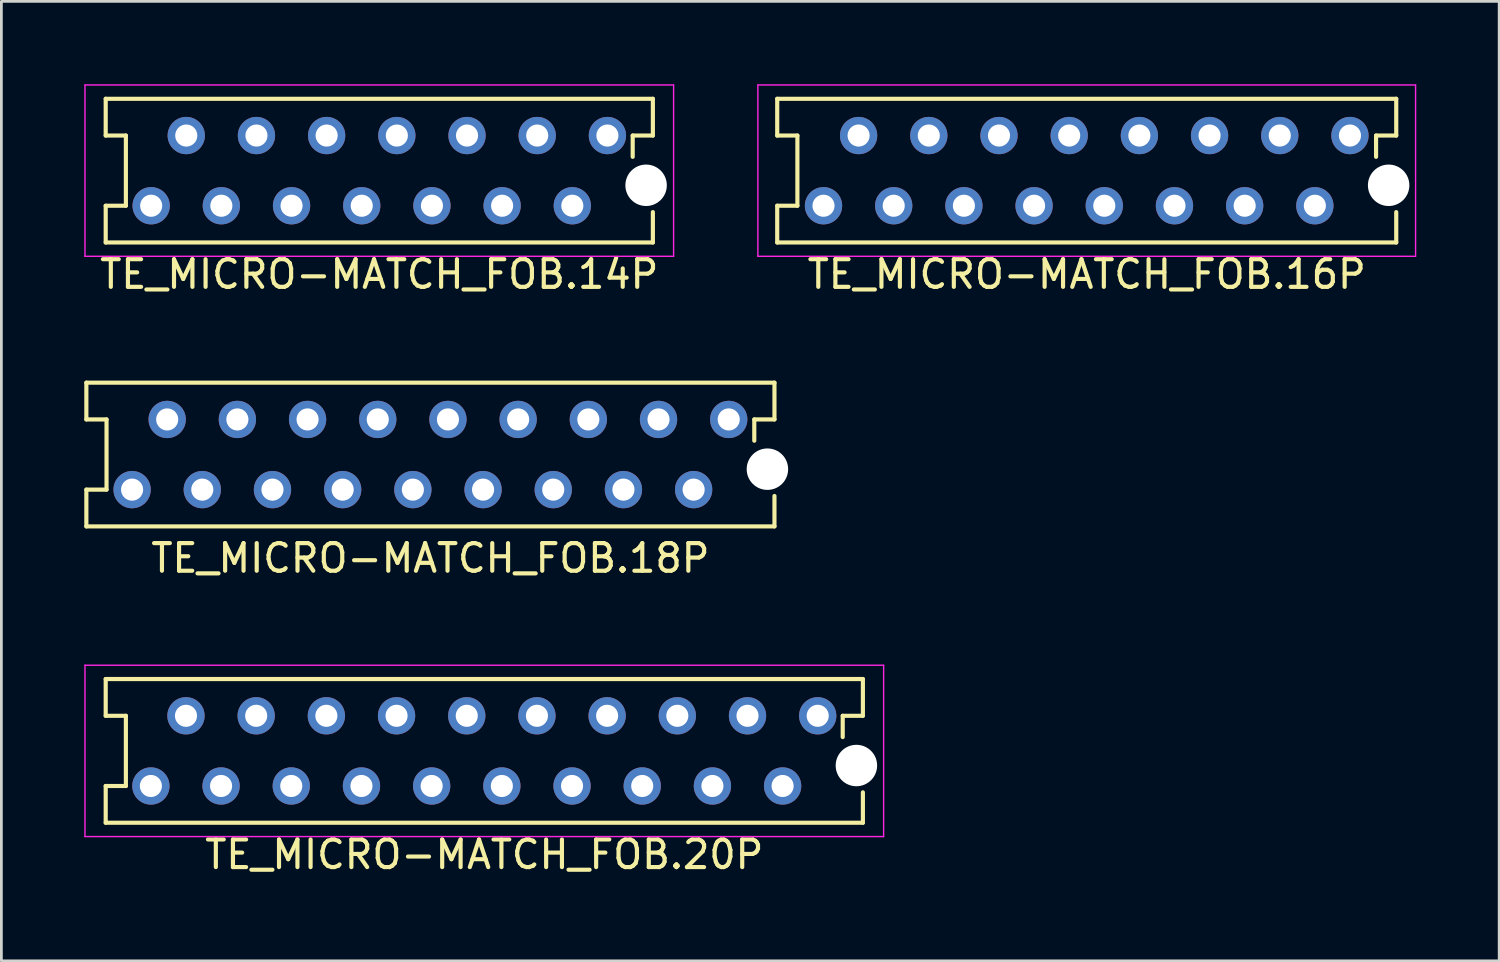
<source format=kicad_pcb>
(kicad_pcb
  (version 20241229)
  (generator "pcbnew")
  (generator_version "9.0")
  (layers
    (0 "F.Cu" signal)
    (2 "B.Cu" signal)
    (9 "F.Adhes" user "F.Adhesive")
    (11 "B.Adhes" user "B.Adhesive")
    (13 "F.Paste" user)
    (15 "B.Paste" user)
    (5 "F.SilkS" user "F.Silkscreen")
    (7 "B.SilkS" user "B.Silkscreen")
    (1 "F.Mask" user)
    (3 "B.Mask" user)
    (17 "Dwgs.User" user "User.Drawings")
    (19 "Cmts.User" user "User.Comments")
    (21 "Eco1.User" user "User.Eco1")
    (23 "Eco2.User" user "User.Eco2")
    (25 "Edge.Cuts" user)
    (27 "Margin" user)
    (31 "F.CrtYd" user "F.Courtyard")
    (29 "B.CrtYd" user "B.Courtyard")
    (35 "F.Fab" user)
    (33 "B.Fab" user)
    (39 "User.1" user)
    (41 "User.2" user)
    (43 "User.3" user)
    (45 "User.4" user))
  (footprint "TE_MICRO-MATCH_FOB.18P"
    (layer "F.Cu")
    (at 12.525 13.398)
    (property "Reference" "TE_MICRO-MATCH_FOB.18P" (at 0 3.75 0) (layer "F.SilkS") (effects (font (size 1 1) (thickness 0.15))))
    (attr through_hole)
    (fp_line (start -12.45 -2.6) (end -12.45 -1.27) (stroke (width 0.15) (type solid)) (layer "F.SilkS"))
    (fp_line (start -12.45 -2.6) (end 12.45 -2.6) (stroke (width 0.15) (type solid)) (layer "F.SilkS"))
    (fp_line (start -12.45 -1.27) (end -11.72 -1.27) (stroke (width 0.15) (type solid)) (layer "F.SilkS"))
    (fp_line (start -12.45 1.27) (end -11.72 1.27) (stroke (width 0.15) (type solid)) (layer "F.SilkS"))
    (fp_line (start -12.45 2.6) (end -12.45 1.27) (stroke (width 0.15) (type solid)) (layer "F.SilkS"))
    (fp_line (start -12.45 2.6) (end 12.45 2.6) (stroke (width 0.15) (type solid)) (layer "F.SilkS"))
    (fp_line (start -11.72 -1.27) (end -11.72 1.27) (stroke (width 0.15) (type solid)) (layer "F.SilkS"))
    (fp_line (start 11.72 -1.27) (end 11.72 -0.5) (stroke (width 0.15) (type solid)) (layer "F.SilkS"))
    (fp_line (start 12.45 -2.6) (end 12.45 -1.27) (stroke (width 0.15) (type solid)) (layer "F.SilkS"))
    (fp_line (start 12.45 -1.27) (end 11.72 -1.27) (stroke (width 0.15) (type solid)) (layer "F.SilkS"))
    (fp_line (start 12.45 2.6) (end 12.45 1.5) (stroke (width 0.15) (type solid)) (layer "F.SilkS"))
    (pad "" np_thru_hole circle (at 12.195 0.53) (size 1.5 1.5) (drill 1.5) (layers "*.Cu" "*.Mask"))
    (pad "1" thru_hole circle (at 10.795 -1.27) (size 1.35 1.35) (drill 0.8) (layers "*.Cu" "*.Mask"))
    (pad "2" thru_hole circle (at 9.525 1.27) (size 1.35 1.35) (drill 0.8) (layers "*.Cu" "*.Mask"))
    (pad "3" thru_hole circle (at 8.255 -1.27) (size 1.35 1.35) (drill 0.8) (layers "*.Cu" "*.Mask"))
    (pad "4" thru_hole circle (at 6.985 1.27) (size 1.35 1.35) (drill 0.8) (layers "*.Cu" "*.Mask"))
    (pad "5" thru_hole circle (at 5.715 -1.27) (size 1.35 1.35) (drill 0.8) (layers "*.Cu" "*.Mask"))
    (pad "6" thru_hole circle (at 4.445 1.27) (size 1.35 1.35) (drill 0.8) (layers "*.Cu" "*.Mask"))
    (pad "7" thru_hole circle (at 3.175 -1.27) (size 1.35 1.35) (drill 0.8) (layers "*.Cu" "*.Mask"))
    (pad "8" thru_hole circle (at 1.905 1.27) (size 1.35 1.35) (drill 0.8) (layers "*.Cu" "*.Mask"))
    (pad "9" thru_hole circle (at 0.635 -1.27) (size 1.35 1.35) (drill 0.8) (layers "*.Cu" "*.Mask"))
    (pad "10" thru_hole circle (at -0.635 1.27) (size 1.35 1.35) (drill 0.8) (layers "*.Cu" "*.Mask"))
    (pad "11" thru_hole circle (at -1.905 -1.27) (size 1.35 1.35) (drill 0.8) (layers "*.Cu" "*.Mask"))
    (pad "12" thru_hole circle (at -3.175 1.27) (size 1.35 1.35) (drill 0.8) (layers "*.Cu" "*.Mask"))
    (pad "13" thru_hole circle (at -4.445 -1.27) (size 1.35 1.35) (drill 0.8) (layers "*.Cu" "*.Mask"))
    (pad "14" thru_hole circle (at -5.715 1.27) (size 1.35 1.35) (drill 0.8) (layers "*.Cu" "*.Mask"))
    (pad "15" thru_hole circle (at -6.985 -1.27) (size 1.35 1.35) (drill 0.8) (layers "*.Cu" "*.Mask"))
    (pad "16" thru_hole circle (at -8.255 1.27) (size 1.35 1.35) (drill 0.8) (layers "*.Cu" "*.Mask"))
    (pad "17" thru_hole circle (at -9.525 -1.27) (size 1.35 1.35) (drill 0.8) (layers "*.Cu" "*.Mask"))
    (pad "18" thru_hole circle (at -10.795 1.27) (size 1.35 1.35) (drill 0.8) (layers "*.Cu" "*.Mask")))
  (footprint "TE_MICRO-MATCH_FOB.20P"
    (layer "F.Cu")
    (at 14.475 24.122)
    (property "Reference" "TE_MICRO-MATCH_FOB.20P" (at 0 3.75 0) (layer "F.SilkS") (effects (font (size 1 1) (thickness 0.15))))
    (attr through_hole)
    (fp_line (start -13.7 -2.6) (end -13.7 -1.27) (stroke (width 0.15) (type solid)) (layer "F.SilkS"))
    (fp_line (start -13.7 -2.6) (end 13.7 -2.6) (stroke (width 0.15) (type solid)) (layer "F.SilkS"))
    (fp_line (start -13.7 -1.27) (end -12.97 -1.27) (stroke (width 0.15) (type solid)) (layer "F.SilkS"))
    (fp_line (start -13.7 1.27) (end -12.97 1.27) (stroke (width 0.15) (type solid)) (layer "F.SilkS"))
    (fp_line (start -13.7 2.6) (end -13.7 1.27) (stroke (width 0.15) (type solid)) (layer "F.SilkS"))
    (fp_line (start -13.7 2.6) (end 13.7 2.6) (stroke (width 0.15) (type solid)) (layer "F.SilkS"))
    (fp_line (start -12.97 -1.27) (end -12.97 1.27) (stroke (width 0.15) (type solid)) (layer "F.SilkS"))
    (fp_line (start 12.97 -1.27) (end 12.97 -0.5) (stroke (width 0.15) (type solid)) (layer "F.SilkS"))
    (fp_line (start 13.7 -2.6) (end 13.7 -1.27) (stroke (width 0.15) (type solid)) (layer "F.SilkS"))
    (fp_line (start 13.7 -1.27) (end 12.97 -1.27) (stroke (width 0.15) (type solid)) (layer "F.SilkS"))
    (fp_line (start 13.7 2.6) (end 13.7 1.5) (stroke (width 0.15) (type solid)) (layer "F.SilkS"))
    (fp_line (start -14.45 -3.1) (end 14.45 -3.1) (stroke (width 0.05) (type solid)) (layer "F.CrtYd"))
    (fp_line (start -14.45 3.1) (end -14.45 -3.1) (stroke (width 0.05) (type solid)) (layer "F.CrtYd"))
    (fp_line (start 14.45 -3.1) (end 14.45 3.1) (stroke (width 0.05) (type solid)) (layer "F.CrtYd"))
    (fp_line (start 14.45 3.1) (end -14.45 3.1) (stroke (width 0.05) (type solid)) (layer "F.CrtYd"))
    (pad "" np_thru_hole circle (at 13.465 0.53) (size 1.5 1.5) (drill 1.5) (layers "*.Cu" "*.Mask"))
    (pad "1" thru_hole circle (at 12.065 -1.27) (size 1.35 1.35) (drill 0.8) (layers "*.Cu" "*.Mask"))
    (pad "2" thru_hole circle (at 10.795 1.27) (size 1.35 1.35) (drill 0.8) (layers "*.Cu" "*.Mask"))
    (pad "3" thru_hole circle (at 9.525 -1.27) (size 1.35 1.35) (drill 0.8) (layers "*.Cu" "*.Mask"))
    (pad "4" thru_hole circle (at 8.255 1.27) (size 1.35 1.35) (drill 0.8) (layers "*.Cu" "*.Mask"))
    (pad "5" thru_hole circle (at 6.985 -1.27) (size 1.35 1.35) (drill 0.8) (layers "*.Cu" "*.Mask"))
    (pad "6" thru_hole circle (at 5.715 1.27) (size 1.35 1.35) (drill 0.8) (layers "*.Cu" "*.Mask"))
    (pad "7" thru_hole circle (at 4.445 -1.27) (size 1.35 1.35) (drill 0.8) (layers "*.Cu" "*.Mask"))
    (pad "8" thru_hole circle (at 3.175 1.27) (size 1.35 1.35) (drill 0.8) (layers "*.Cu" "*.Mask"))
    (pad "9" thru_hole circle (at 1.905 -1.27) (size 1.35 1.35) (drill 0.8) (layers "*.Cu" "*.Mask"))
    (pad "10" thru_hole circle (at 0.635 1.27) (size 1.35 1.35) (drill 0.8) (layers "*.Cu" "*.Mask"))
    (pad "11" thru_hole circle (at -0.635 -1.27) (size 1.35 1.35) (drill 0.8) (layers "*.Cu" "*.Mask"))
    (pad "12" thru_hole circle (at -1.905 1.27) (size 1.35 1.35) (drill 0.8) (layers "*.Cu" "*.Mask"))
    (pad "13" thru_hole circle (at -3.175 -1.27) (size 1.35 1.35) (drill 0.8) (layers "*.Cu" "*.Mask"))
    (pad "14" thru_hole circle (at -4.445 1.27) (size 1.35 1.35) (drill 0.8) (layers "*.Cu" "*.Mask"))
    (pad "15" thru_hole circle (at -5.715 -1.27) (size 1.35 1.35) (drill 0.8) (layers "*.Cu" "*.Mask"))
    (pad "16" thru_hole circle (at -6.985 1.27) (size 1.35 1.35) (drill 0.8) (layers "*.Cu" "*.Mask"))
    (pad "17" thru_hole circle (at -8.255 -1.27) (size 1.35 1.35) (drill 0.8) (layers "*.Cu" "*.Mask"))
    (pad "18" thru_hole circle (at -9.525 1.27) (size 1.35 1.35) (drill 0.8) (layers "*.Cu" "*.Mask"))
    (pad "19" thru_hole circle (at -10.795 -1.27) (size 1.35 1.35) (drill 0.8) (layers "*.Cu" "*.Mask"))
    (pad "20" thru_hole circle (at -12.065 1.27) (size 1.35 1.35) (drill 0.8) (layers "*.Cu" "*.Mask")))
  (footprint "TE_MICRO-MATCH_FOB.16P"
    (layer "F.Cu")
    (at 36.275 3.125)
    (property "Reference" "TE_MICRO-MATCH_FOB.16P" (at 0 3.75 0) (layer "F.SilkS") (effects (font (size 1 1) (thickness 0.15))))
    (attr through_hole)
    (fp_line (start -11.2 -2.6) (end -11.2 -1.27) (stroke (width 0.15) (type solid)) (layer "F.SilkS"))
    (fp_line (start -11.2 -2.6) (end 11.2 -2.6) (stroke (width 0.15) (type solid)) (layer "F.SilkS"))
    (fp_line (start -11.2 -1.27) (end -10.47 -1.27) (stroke (width 0.15) (type solid)) (layer "F.SilkS"))
    (fp_line (start -11.2 1.27) (end -10.47 1.27) (stroke (width 0.15) (type solid)) (layer "F.SilkS"))
    (fp_line (start -11.2 2.6) (end -11.2 1.27) (stroke (width 0.15) (type solid)) (layer "F.SilkS"))
    (fp_line (start -11.2 2.6) (end 11.2 2.6) (stroke (width 0.15) (type solid)) (layer "F.SilkS"))
    (fp_line (start -10.47 -1.27) (end -10.47 1.27) (stroke (width 0.15) (type solid)) (layer "F.SilkS"))
    (fp_line (start 10.47 -1.27) (end 10.47 -0.5) (stroke (width 0.15) (type solid)) (layer "F.SilkS"))
    (fp_line (start 11.2 -2.6) (end 11.2 -1.27) (stroke (width 0.15) (type solid)) (layer "F.SilkS"))
    (fp_line (start 11.2 -1.27) (end 10.47 -1.27) (stroke (width 0.15) (type solid)) (layer "F.SilkS"))
    (fp_line (start 11.2 2.6) (end 11.2 1.5) (stroke (width 0.15) (type solid)) (layer "F.SilkS"))
    (fp_line (start -11.9 -3.1) (end 11.9 -3.1) (stroke (width 0.05) (type solid)) (layer "F.CrtYd"))
    (fp_line (start -11.9 3.1) (end -11.9 -3.1) (stroke (width 0.05) (type solid)) (layer "F.CrtYd"))
    (fp_line (start 11.9 -3.1) (end 11.9 3.1) (stroke (width 0.05) (type solid)) (layer "F.CrtYd"))
    (fp_line (start 11.9 3.1) (end -11.9 3.1) (stroke (width 0.05) (type solid)) (layer "F.CrtYd"))
    (pad "" np_thru_hole circle (at 10.925 0.53) (size 1.5 1.5) (drill 1.5) (layers "*.Cu" "*.Mask"))
    (pad "1" thru_hole circle (at 9.525 -1.27) (size 1.35 1.35) (drill 0.8) (layers "*.Cu" "*.Mask"))
    (pad "2" thru_hole circle (at 8.255 1.27) (size 1.35 1.35) (drill 0.8) (layers "*.Cu" "*.Mask"))
    (pad "3" thru_hole circle (at 6.985 -1.27) (size 1.35 1.35) (drill 0.8) (layers "*.Cu" "*.Mask"))
    (pad "4" thru_hole circle (at 5.715 1.27) (size 1.35 1.35) (drill 0.8) (layers "*.Cu" "*.Mask"))
    (pad "5" thru_hole circle (at 4.445 -1.27) (size 1.35 1.35) (drill 0.8) (layers "*.Cu" "*.Mask"))
    (pad "6" thru_hole circle (at 3.175 1.27) (size 1.35 1.35) (drill 0.8) (layers "*.Cu" "*.Mask"))
    (pad "7" thru_hole circle (at 1.905 -1.27) (size 1.35 1.35) (drill 0.8) (layers "*.Cu" "*.Mask"))
    (pad "8" thru_hole circle (at 0.635 1.27) (size 1.35 1.35) (drill 0.8) (layers "*.Cu" "*.Mask"))
    (pad "9" thru_hole circle (at -0.635 -1.27) (size 1.35 1.35) (drill 0.8) (layers "*.Cu" "*.Mask"))
    (pad "10" thru_hole circle (at -1.905 1.27) (size 1.35 1.35) (drill 0.8) (layers "*.Cu" "*.Mask"))
    (pad "11" thru_hole circle (at -3.175 -1.27) (size 1.35 1.35) (drill 0.8) (layers "*.Cu" "*.Mask"))
    (pad "12" thru_hole circle (at -4.445 1.27) (size 1.35 1.35) (drill 0.8) (layers "*.Cu" "*.Mask"))
    (pad "13" thru_hole circle (at -5.715 -1.27) (size 1.35 1.35) (drill 0.8) (layers "*.Cu" "*.Mask"))
    (pad "14" thru_hole circle (at -6.985 1.27) (size 1.35 1.35) (drill 0.8) (layers "*.Cu" "*.Mask"))
    (pad "15" thru_hole circle (at -8.255 -1.27) (size 1.35 1.35) (drill 0.8) (layers "*.Cu" "*.Mask"))
    (pad "16" thru_hole circle (at -9.525 1.27) (size 1.35 1.35) (drill 0.8) (layers "*.Cu" "*.Mask")))
  (footprint "TE_MICRO-MATCH_FOB.14P"
    (layer "F.Cu")
    (at 10.675 3.125)
    (property "Reference" "TE_MICRO-MATCH_FOB.14P" (at 0 3.75 0) (layer "F.SilkS") (effects (font (size 1 1) (thickness 0.15))))
    (attr through_hole)
    (fp_line (start -9.9 -2.6) (end -9.9 -1.27) (stroke (width 0.15) (type solid)) (layer "F.SilkS"))
    (fp_line (start -9.9 -2.6) (end 9.9 -2.6) (stroke (width 0.15) (type solid)) (layer "F.SilkS"))
    (fp_line (start -9.9 -1.27) (end -9.17 -1.27) (stroke (width 0.15) (type solid)) (layer "F.SilkS"))
    (fp_line (start -9.9 1.27) (end -9.17 1.27) (stroke (width 0.15) (type solid)) (layer "F.SilkS"))
    (fp_line (start -9.9 2.6) (end -9.9 1.27) (stroke (width 0.15) (type solid)) (layer "F.SilkS"))
    (fp_line (start -9.9 2.6) (end 9.9 2.6) (stroke (width 0.15) (type solid)) (layer "F.SilkS"))
    (fp_line (start -9.17 -1.27) (end -9.17 1.27) (stroke (width 0.15) (type solid)) (layer "F.SilkS"))
    (fp_line (start 9.17 -1.27) (end 9.17 -0.5) (stroke (width 0.15) (type solid)) (layer "F.SilkS"))
    (fp_line (start 9.9 -2.6) (end 9.9 -1.27) (stroke (width 0.15) (type solid)) (layer "F.SilkS"))
    (fp_line (start 9.9 -1.27) (end 9.17 -1.27) (stroke (width 0.15) (type solid)) (layer "F.SilkS"))
    (fp_line (start 9.9 2.6) (end 9.9 1.5) (stroke (width 0.15) (type solid)) (layer "F.SilkS"))
    (fp_line (start -10.65 -3.1) (end 10.65 -3.1) (stroke (width 0.05) (type solid)) (layer "F.CrtYd"))
    (fp_line (start -10.65 3.1) (end -10.65 -3.1) (stroke (width 0.05) (type solid)) (layer "F.CrtYd"))
    (fp_line (start 10.65 -3.1) (end 10.65 3.1) (stroke (width 0.05) (type solid)) (layer "F.CrtYd"))
    (fp_line (start 10.65 3.1) (end -10.65 3.1) (stroke (width 0.05) (type solid)) (layer "F.CrtYd"))
    (pad "" np_thru_hole circle (at 9.655 0.53) (size 1.5 1.5) (drill 1.5) (layers "*.Cu" "*.Mask"))
    (pad "1" thru_hole circle (at 8.255 -1.27) (size 1.35 1.35) (drill 0.8) (layers "*.Cu" "*.Mask"))
    (pad "2" thru_hole circle (at 6.985 1.27) (size 1.35 1.35) (drill 0.8) (layers "*.Cu" "*.Mask"))
    (pad "3" thru_hole circle (at 5.715 -1.27) (size 1.35 1.35) (drill 0.8) (layers "*.Cu" "*.Mask"))
    (pad "4" thru_hole circle (at 4.445 1.27) (size 1.35 1.35) (drill 0.8) (layers "*.Cu" "*.Mask"))
    (pad "5" thru_hole circle (at 3.175 -1.27) (size 1.35 1.35) (drill 0.8) (layers "*.Cu" "*.Mask"))
    (pad "6" thru_hole circle (at 1.905 1.27) (size 1.35 1.35) (drill 0.8) (layers "*.Cu" "*.Mask"))
    (pad "7" thru_hole circle (at 0.635 -1.27) (size 1.35 1.35) (drill 0.8) (layers "*.Cu" "*.Mask"))
    (pad "8" thru_hole circle (at -0.635 1.27) (size 1.35 1.35) (drill 0.8) (layers "*.Cu" "*.Mask"))
    (pad "9" thru_hole circle (at -1.905 -1.27) (size 1.35 1.35) (drill 0.8) (layers "*.Cu" "*.Mask"))
    (pad "10" thru_hole circle (at -3.175 1.27) (size 1.35 1.35) (drill 0.8) (layers "*.Cu" "*.Mask"))
    (pad "11" thru_hole circle (at -4.445 -1.27) (size 1.35 1.35) (drill 0.8) (layers "*.Cu" "*.Mask"))
    (pad "12" thru_hole circle (at -5.715 1.27) (size 1.35 1.35) (drill 0.8) (layers "*.Cu" "*.Mask"))
    (pad "13" thru_hole circle (at -6.985 -1.27) (size 1.35 1.35) (drill 0.8) (layers "*.Cu" "*.Mask"))
    (pad "14" thru_hole circle (at -8.255 1.27) (size 1.35 1.35) (drill 0.8) (layers "*.Cu" "*.Mask")))
  (gr_rect
    (start -3 -3)
    (end 51.2 31.72)
    (stroke (width 0.1) (type default))
    (fill no)
    (layer "Edge.Cuts")))
</source>
